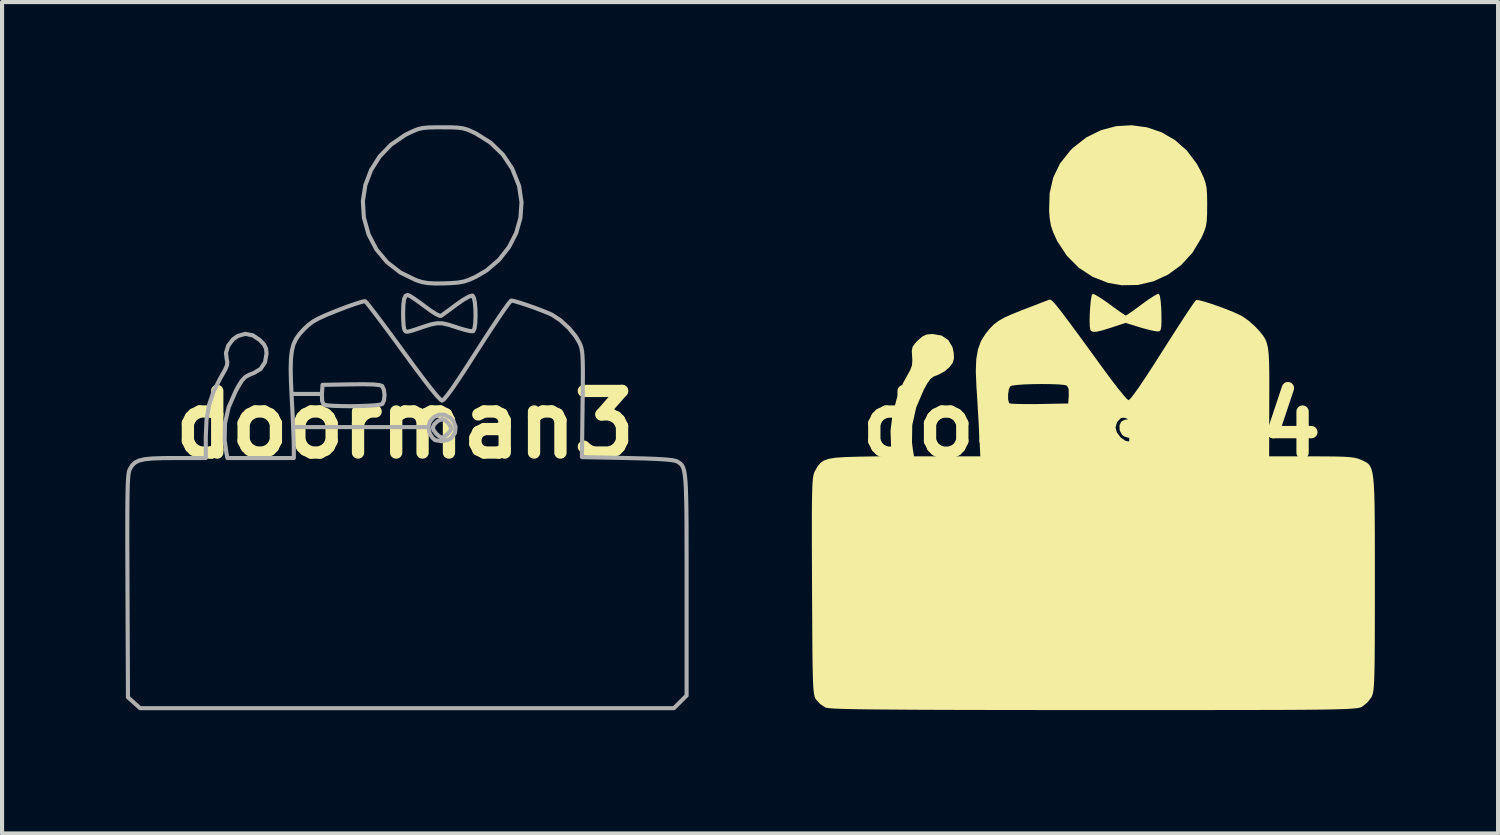
<source format=kicad_pcb>
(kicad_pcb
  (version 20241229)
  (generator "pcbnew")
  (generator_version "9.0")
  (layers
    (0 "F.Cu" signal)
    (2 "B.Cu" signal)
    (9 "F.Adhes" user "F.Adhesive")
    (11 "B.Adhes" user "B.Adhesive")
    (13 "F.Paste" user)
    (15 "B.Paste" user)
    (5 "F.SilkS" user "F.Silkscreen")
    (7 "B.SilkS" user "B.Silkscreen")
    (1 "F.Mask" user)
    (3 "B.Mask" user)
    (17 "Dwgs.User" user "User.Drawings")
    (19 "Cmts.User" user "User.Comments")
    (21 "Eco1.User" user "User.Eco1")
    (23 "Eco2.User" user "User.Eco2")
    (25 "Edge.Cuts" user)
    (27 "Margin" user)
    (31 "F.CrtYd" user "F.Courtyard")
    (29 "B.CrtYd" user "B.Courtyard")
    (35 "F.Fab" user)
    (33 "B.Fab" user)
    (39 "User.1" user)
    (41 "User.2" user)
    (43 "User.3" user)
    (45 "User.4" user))
  (footprint "doorman3"
    (layer "F.Cu")
    (at 6.811 7.291)
    (property "Reference" "doorman3" (at 0 0 0) (layer "F.SilkS") (effects (font (size 1.5 1.5) (thickness 0.3))))
    (attr board_only exclude_from_pos_files exclude_from_bom)
    (fp_poly (pts (xy 0.989 -0.101) (xy 1.069 -0.021) (xy 1.122 0.068) (xy 1.128 0.1) (xy 1.096 0.161) (xy 1.023 0.238) (xy 0.944 0.3) (xy 0.902 0.316) (xy 0.84 0.287) (xy 0.767 0.226) (xy 0.7 0.139) (xy 0.677 0.075) (xy 0.713 -0.01) (xy 0.799 -0.09) (xy 0.897 -0.134) (xy 0.915 -0.135)) (stroke (width 0.1) (type solid)) (fill no) (layer "F.Fab"))
    (fp_poly (pts (xy 1.131 -7.24) (xy 1.294 -7.232) (xy 1.418 -7.215) (xy 1.527 -7.182) (xy 1.647 -7.13) (xy 1.726 -7.092) (xy 2.086 -6.866) (xy 2.384 -6.577) (xy 2.613 -6.231) (xy 2.771 -5.832) (xy 2.781 -5.797) (xy 2.838 -5.416) (xy 2.812 -5.035) (xy 2.708 -4.667) (xy 2.532 -4.323) (xy 2.291 -4.016) (xy 1.991 -3.758) (xy 1.721 -3.6) (xy 1.567 -3.53) (xy 1.434 -3.486) (xy 1.29 -3.46) (xy 1.104 -3.446) (xy 0.97 -3.441) (xy 0.733 -3.438) (xy 0.556 -3.448) (xy 0.41 -3.474) (xy 0.271 -3.519) (xy -0.112 -3.705) (xy -0.437 -3.958) (xy -0.697 -4.27) (xy -0.887 -4.635) (xy -1.001 -5.045) (xy -1.001 -5.047) (xy -1.025 -5.445) (xy -0.965 -5.833) (xy -0.827 -6.198) (xy -0.617 -6.531) (xy -0.34 -6.818) (xy -0.003 -7.05) (xy 0.074 -7.09) (xy 0.212 -7.155) (xy 0.325 -7.199) (xy 0.437 -7.224) (xy 0.575 -7.237) (xy 0.763 -7.241) (xy 0.902 -7.241)) (stroke (width 0.1) (type solid)) (fill no) (layer "F.Fab"))
    (fp_poly (pts (xy 0.125 -3.132) (xy 0.235 -3.061) (xy 0.379 -2.959) (xy 0.473 -2.888) (xy 0.627 -2.776) (xy 0.757 -2.693) (xy 0.847 -2.65) (xy 0.874 -2.648) (xy 0.931 -2.688) (xy 1.041 -2.767) (xy 1.184 -2.873) (xy 1.251 -2.924) (xy 1.422 -3.043) (xy 1.555 -3.118) (xy 1.637 -3.144) (xy 1.646 -3.142) (xy 1.679 -3.087) (xy 1.703 -2.967) (xy 1.716 -2.808) (xy 1.719 -2.635) (xy 1.712 -2.472) (xy 1.693 -2.345) (xy 1.663 -2.279) (xy 1.657 -2.276) (xy 1.589 -2.279) (xy 1.462 -2.308) (xy 1.3 -2.356) (xy 1.266 -2.368) (xy 1.063 -2.433) (xy 0.912 -2.468) (xy 0.78 -2.47) (xy 0.635 -2.442) (xy 0.444 -2.382) (xy 0.406 -2.369) (xy 0.223 -2.307) (xy 0.107 -2.272) (xy 0.041 -2.263) (xy 0.007 -2.278) (xy -0.013 -2.314) (xy -0.018 -2.327) (xy -0.032 -2.407) (xy -0.042 -2.546) (xy -0.045 -2.707) (xy -0.039 -2.924) (xy -0.02 -3.063) (xy 0.015 -3.137) (xy 0.067 -3.158)) (stroke (width 0.1) (type solid)) (fill no) (layer "F.Fab"))
    (fp_poly (pts (xy 2.668 -3.007) (xy 2.807 -2.966) (xy 2.984 -2.908) (xy 3.176 -2.84) (xy 3.36 -2.77) (xy 3.513 -2.708) (xy 3.587 -2.673) (xy 3.79 -2.538) (xy 3.991 -2.353) (xy 4.159 -2.148) (xy 4.251 -1.99) (xy 4.278 -1.927) (xy 4.298 -1.861) (xy 4.313 -1.779) (xy 4.323 -1.671) (xy 4.329 -1.525) (xy 4.332 -1.33) (xy 4.331 -1.074) (xy 4.328 -0.747) (xy 4.325 -0.501) (xy 4.309 0.79) (xy 5.414 0.812) (xy 5.811 0.822) (xy 6.123 0.834) (xy 6.355 0.848) (xy 6.515 0.865) (xy 6.605 0.886) (xy 6.62 0.892) (xy 6.668 0.92) (xy 6.709 0.95) (xy 6.744 0.988) (xy 6.772 1.042) (xy 6.796 1.118) (xy 6.814 1.222) (xy 6.829 1.363) (xy 6.84 1.546) (xy 6.847 1.779) (xy 6.853 2.068) (xy 6.856 2.42) (xy 6.857 2.842) (xy 6.858 3.341) (xy 6.858 3.905) (xy 6.858 6.596) (xy 6.704 6.749) (xy 6.551 6.903) (xy 0.05 6.903) (xy -6.45 6.903) (xy -6.597 6.771) (xy -6.745 6.639) (xy -6.757 3.929) (xy -6.759 3.358) (xy -6.761 2.87) (xy -6.761 2.46) (xy -6.76 2.118) (xy -6.758 1.84) (xy -6.754 1.617) (xy -6.749 1.444) (xy -6.742 1.312) (xy -6.733 1.216) (xy -6.722 1.148) (xy -6.708 1.102) (xy -6.7 1.083) (xy -6.644 0.992) (xy -6.574 0.923) (xy -6.477 0.874) (xy -6.341 0.842) (xy -6.152 0.823) (xy -5.898 0.814) (xy -5.608 0.812) (xy -4.85 0.812) (xy -4.85 0.282) (xy -4.831 -0.13) (xy -4.769 -0.487) (xy -4.657 -0.817) (xy -4.488 -1.148) (xy -4.465 -1.186) (xy -4.376 -1.344) (xy -4.332 -1.451) (xy -4.326 -1.531) (xy -4.338 -1.575) (xy -4.359 -1.748) (xy -4.305 -1.923) (xy -4.188 -2.077) (xy -4.073 -2.159) (xy -3.889 -2.212) (xy -3.704 -2.175) (xy -3.535 -2.061) (xy -3.43 -1.951) (xy -3.382 -1.849) (xy -3.371 -1.73) (xy -3.408 -1.52) (xy -3.514 -1.359) (xy -3.668 -1.264) (xy -3.8 -1.211) (xy -3.893 -1.156) (xy -3.968 -1.077) (xy -4.046 -0.954) (xy -4.118 -0.823) (xy -4.293 -0.425) (xy -4.383 -0.03) (xy -4.391 0.377) (xy -4.348 0.688) (xy -4.324 0.812) (xy -3.515 0.812) (xy -2.707 0.812) (xy -2.707 0.553) (xy -2.709 0.428) (xy -2.716 0.232) (xy -2.723 0.059) (xy 0.57 0.059) (xy 0.602 0.212) (xy 0.608 0.224) (xy 0.672 0.321) (xy 0.732 0.376) (xy 0.732 0.376) (xy 0.895 0.402) (xy 1.059 0.365) (xy 1.13 0.323) (xy 1.219 0.2) (xy 1.233 0.053) (xy 1.175 -0.093) (xy 1.106 -0.168) (xy 0.966 -0.242) (xy 0.824 -0.242) (xy 0.699 -0.182) (xy 0.608 -0.077) (xy 0.57 0.059) (xy -2.723 0.059) (xy -2.726 -0.018) (xy -2.739 -0.303) (xy -2.755 -0.605) (xy -2.757 -0.658) (xy -2.762 -0.749) (xy -2.022 -0.749) (xy -2.018 -0.581) (xy -1.983 -0.495) (xy -1.977 -0.49) (xy -1.904 -0.472) (xy -1.763 -0.46) (xy -1.574 -0.453) (xy -1.358 -0.45) (xy -1.133 -0.453) (xy -0.92 -0.46) (xy -0.738 -0.471) (xy -0.608 -0.487) (xy -0.55 -0.505) (xy -0.51 -0.595) (xy -0.498 -0.725) (xy -0.514 -0.854) (xy -0.556 -0.941) (xy -0.559 -0.943) (xy -0.63 -0.966) (xy -0.781 -0.98) (xy -1.015 -0.985) (xy -1.314 -0.982) (xy -2.008 -0.97) (xy -2.022 -0.749) (xy -2.762 -0.749) (xy -2.776 -1.046) (xy -2.783 -1.356) (xy -2.776 -1.603) (xy -2.754 -1.799) (xy -2.714 -1.956) (xy -2.652 -2.088) (xy -2.568 -2.207) (xy -2.459 -2.327) (xy -2.445 -2.341) (xy -2.344 -2.434) (xy -2.237 -2.513) (xy -2.103 -2.587) (xy -1.925 -2.669) (xy -1.684 -2.767) (xy -1.627 -2.789) (xy -1.408 -2.873) (xy -1.216 -2.94) (xy -1.069 -2.987) (xy -0.983 -3.007) (xy -0.969 -3.006) (xy -0.931 -2.966) (xy -0.847 -2.861) (xy -0.723 -2.701) (xy -0.567 -2.493) (xy -0.384 -2.248) (xy -0.182 -1.973) (xy -0.046 -1.786) (xy 0.232 -1.406) (xy 0.463 -1.098) (xy 0.647 -0.861) (xy 0.784 -0.696) (xy 0.871 -0.606) (xy 0.904 -0.587) (xy 0.949 -0.618) (xy 1.03 -0.714) (xy 1.15 -0.877) (xy 1.309 -1.111) (xy 1.51 -1.417) (xy 1.754 -1.798) (xy 1.759 -1.805) (xy 1.949 -2.101) (xy 2.126 -2.372) (xy 2.283 -2.607) (xy 2.414 -2.798) (xy 2.513 -2.936) (xy 2.574 -3.011) (xy 2.589 -3.023)) (stroke (width 0.1) (type solid)) (fill no) (layer "F.Fab")))
  (footprint "doorman4"
    (layer "F.Cu")
    (at 23.525 7.294)
    (property "Reference" "doorman4" (at 0 0 0) (layer "F.SilkS") (effects (font (size 1.5 1.5) (thickness 0.3))))
    (attr board_only exclude_from_pos_files exclude_from_bom)
    (fp_poly (pts (xy 1.012 -0.116) (xy 1.074 -0.081) (xy 1.125 0.025) (xy 1.112 0.146) (xy 1.047 0.251) (xy 0.943 0.311) (xy 0.902 0.316) (xy 0.803 0.285) (xy 0.748 0.245) (xy 0.688 0.134) (xy 0.685 0.008) (xy 0.731 -0.081) (xy 0.815 -0.123) (xy 0.902 -0.135)) (stroke (width 0) (type solid)) (fill yes) (layer "F.SilkS"))
    (fp_poly (pts (xy 1.352 -7.244) (xy 1.708 -7.123) (xy 2.036 -6.933) (xy 2.326 -6.677) (xy 2.567 -6.356) (xy 2.667 -6.169) (xy 2.735 -6.018) (xy 2.779 -5.896) (xy 2.804 -5.775) (xy 2.816 -5.628) (xy 2.82 -5.427) (xy 2.82 -5.346) (xy 2.818 -5.121) (xy 2.809 -4.959) (xy 2.789 -4.834) (xy 2.752 -4.718) (xy 2.694 -4.584) (xy 2.675 -4.545) (xy 2.46 -4.188) (xy 2.187 -3.89) (xy 1.867 -3.657) (xy 1.511 -3.493) (xy 1.13 -3.405) (xy 0.735 -3.398) (xy 0.407 -3.456) (xy 0.03 -3.603) (xy -0.309 -3.826) (xy -0.598 -4.117) (xy -0.826 -4.464) (xy -0.844 -4.499) (xy -0.933 -4.694) (xy -0.987 -4.858) (xy -1.016 -5.034) (xy -1.029 -5.213) (xy -1.016 -5.641) (xy -0.928 -6.023) (xy -0.762 -6.366) (xy -0.514 -6.678) (xy -0.445 -6.747) (xy -0.12 -7) (xy 0.234 -7.174) (xy 0.604 -7.272) (xy 0.981 -7.294)) (stroke (width 0) (type solid)) (fill yes) (layer "F.SilkS"))
    (fp_poly (pts (xy 1.668 -3.137) (xy 1.689 -3.003) (xy 1.703 -2.797) (xy 1.705 -2.736) (xy 1.708 -2.524) (xy 1.702 -2.387) (xy 1.686 -2.309) (xy 1.656 -2.276) (xy 1.653 -2.275) (xy 1.583 -2.276) (xy 1.451 -2.301) (xy 1.281 -2.344) (xy 1.21 -2.365) (xy 0.831 -2.481) (xy 0.494 -2.37) (xy 0.277 -2.302) (xy 0.13 -2.267) (xy 0.038 -2.264) (xy -0.012 -2.291) (xy -0.026 -2.316) (xy -0.039 -2.4) (xy -0.043 -2.538) (xy -0.039 -2.706) (xy -0.028 -2.879) (xy -0.013 -3.034) (xy 0.007 -3.146) (xy 0.028 -3.19) (xy 0.083 -3.172) (xy 0.192 -3.109) (xy 0.337 -3.012) (xy 0.445 -2.934) (xy 0.602 -2.82) (xy 0.731 -2.729) (xy 0.815 -2.674) (xy 0.839 -2.662) (xy 0.884 -2.687) (xy 0.985 -2.756) (xy 1.123 -2.856) (xy 1.228 -2.934) (xy 1.385 -3.048) (xy 1.519 -3.135) (xy 1.611 -3.184) (xy 1.641 -3.19)) (stroke (width 0) (type solid)) (fill yes) (layer "F.SilkS"))
    (fp_poly (pts (xy -0.988 -3.042) (xy -0.956 -3.019) (xy -0.91 -2.973) (xy -0.846 -2.898) (xy -0.759 -2.789) (xy -0.645 -2.64) (xy -0.499 -2.444) (xy -0.316 -2.196) (xy -0.092 -1.889) (xy 0.178 -1.518) (xy 0.33 -1.309) (xy 0.492 -1.09) (xy 0.64 -0.898) (xy 0.764 -0.745) (xy 0.854 -0.641) (xy 0.903 -0.599) (xy 0.904 -0.599) (xy 0.948 -0.634) (xy 1.035 -0.743) (xy 1.164 -0.924) (xy 1.331 -1.173) (xy 1.535 -1.487) (xy 1.737 -1.805) (xy 1.926 -2.102) (xy 2.101 -2.374) (xy 2.255 -2.612) (xy 2.384 -2.806) (xy 2.481 -2.948) (xy 2.539 -3.026) (xy 2.553 -3.04) (xy 2.618 -3.034) (xy 2.747 -3.001) (xy 2.919 -2.947) (xy 3.113 -2.879) (xy 3.311 -2.805) (xy 3.491 -2.731) (xy 3.634 -2.665) (xy 3.681 -2.639) (xy 3.825 -2.538) (xy 3.974 -2.407) (xy 4.028 -2.351) (xy 4.113 -2.257) (xy 4.18 -2.173) (xy 4.233 -2.09) (xy 4.271 -1.995) (xy 4.299 -1.878) (xy 4.317 -1.727) (xy 4.327 -1.531) (xy 4.332 -1.279) (xy 4.333 -0.959) (xy 4.332 -0.562) (xy 4.329 0.767) (xy 5.357 0.768) (xy 5.696 0.769) (xy 5.957 0.772) (xy 6.155 0.778) (xy 6.301 0.788) (xy 6.409 0.803) (xy 6.492 0.823) (xy 6.562 0.85) (xy 6.568 0.852) (xy 6.635 0.883) (xy 6.693 0.913) (xy 6.742 0.949) (xy 6.783 0.998) (xy 6.816 1.067) (xy 6.842 1.162) (xy 6.863 1.292) (xy 6.878 1.462) (xy 6.889 1.679) (xy 6.896 1.95) (xy 6.9 2.283) (xy 6.902 2.684) (xy 6.903 3.159) (xy 6.903 3.716) (xy 6.903 3.865) (xy 6.903 4.418) (xy 6.902 4.888) (xy 6.901 5.283) (xy 6.899 5.609) (xy 6.896 5.874) (xy 6.891 6.084) (xy 6.885 6.249) (xy 6.877 6.373) (xy 6.868 6.466) (xy 6.856 6.533) (xy 6.842 6.583) (xy 6.825 6.622) (xy 6.82 6.633) (xy 6.722 6.761) (xy 6.596 6.862) (xy 6.583 6.869) (xy 6.558 6.88) (xy 6.524 6.89) (xy 6.477 6.899) (xy 6.412 6.906) (xy 6.325 6.913) (xy 6.212 6.92) (xy 6.068 6.925) (xy 5.889 6.93) (xy 5.669 6.934) (xy 5.406 6.937) (xy 5.093 6.94) (xy 4.727 6.942) (xy 4.304 6.943) (xy 3.818 6.945) (xy 3.266 6.945) (xy 2.642 6.946) (xy 1.943 6.946) (xy 1.164 6.946) (xy 0.3 6.946) (xy 0.045 6.946) (xy -0.868 6.946) (xy -1.695 6.945) (xy -2.439 6.944) (xy -3.106 6.943) (xy -3.698 6.941) (xy -4.22 6.939) (xy -4.676 6.936) (xy -5.07 6.933) (xy -5.406 6.93) (xy -5.688 6.926) (xy -5.919 6.921) (xy -6.105 6.916) (xy -6.249 6.91) (xy -6.355 6.903) (xy -6.427 6.895) (xy -6.469 6.887) (xy -6.476 6.884) (xy -6.601 6.802) (xy -6.702 6.694) (xy -6.72 6.664) (xy -6.736 6.627) (xy -6.749 6.576) (xy -6.76 6.504) (xy -6.77 6.404) (xy -6.777 6.269) (xy -6.783 6.091) (xy -6.788 5.864) (xy -6.792 5.58) (xy -6.795 5.232) (xy -6.797 4.813) (xy -6.8 4.316) (xy -6.802 3.925) (xy -6.804 3.368) (xy -6.806 2.894) (xy -6.806 2.496) (xy -6.806 2.166) (xy -6.804 1.898) (xy -6.8 1.684) (xy -6.795 1.518) (xy -6.788 1.391) (xy -6.779 1.297) (xy -6.768 1.228) (xy -6.754 1.178) (xy -6.738 1.139) (xy -6.734 1.131) (xy -6.67 1.017) (xy -6.6 0.931) (xy -6.513 0.869) (xy -6.393 0.828) (xy -6.228 0.801) (xy -6.004 0.786) (xy -5.706 0.777) (xy -5.622 0.775) (xy -4.843 0.761) (xy -4.878 0.506) (xy -4.891 0.146) (xy -4.842 -0.246) (xy -4.738 -0.643) (xy -4.586 -1.016) (xy -4.493 -1.185) (xy -4.409 -1.336) (xy -4.368 -1.452) (xy -4.359 -1.572) (xy -4.365 -1.663) (xy -4.373 -1.806) (xy -4.353 -1.9) (xy -4.291 -1.987) (xy -4.228 -2.052) (xy -4.114 -2.152) (xy -4.009 -2.199) (xy -3.87 -2.211) (xy -3.863 -2.211) (xy -3.647 -2.173) (xy -3.484 -2.064) (xy -3.381 -1.89) (xy -3.352 -1.756) (xy -3.346 -1.613) (xy -3.377 -1.509) (xy -3.45 -1.409) (xy -3.575 -1.3) (xy -3.724 -1.22) (xy -3.746 -1.212) (xy -3.843 -1.174) (xy -3.919 -1.115) (xy -3.993 -1.013) (xy -4.079 -0.858) (xy -4.265 -0.424) (xy -4.361 0.004) (xy -4.368 0.43) (xy -4.347 0.598) (xy -4.319 0.767) (xy -3.512 0.767) (xy -2.704 0.767) (xy -2.731 0.214) (xy -2.739 0.07) (xy 0.587 0.07) (xy 0.623 0.19) (xy 0.712 0.306) (xy 0.825 0.387) (xy 0.902 0.406) (xy 0.998 0.375) (xy 1.102 0.301) (xy 1.107 0.295) (xy 1.198 0.154) (xy 1.208 0.006) (xy 1.135 -0.129) (xy 1.128 -0.135) (xy 1 -0.211) (xy 0.856 -0.218) (xy 0.723 -0.168) (xy 0.625 -0.068) (xy 0.587 0.07) (xy -2.739 0.07) (xy -2.746 -0.066) (xy -2.765 -0.39) (xy -2.784 -0.714) (xy -2.786 -0.74) (xy -2.028 -0.74) (xy -2.027 -0.617) (xy -2.005 -0.533) (xy -1.999 -0.525) (xy -1.945 -0.515) (xy -1.818 -0.508) (xy -1.632 -0.505) (xy -1.405 -0.505) (xy -1.266 -0.506) (xy -0.564 -0.519) (xy -0.55 -0.717) (xy -0.554 -0.871) (xy -0.592 -0.952) (xy -0.595 -0.954) (xy -0.668 -0.972) (xy -0.809 -0.984) (xy -0.997 -0.991) (xy -1.211 -0.993) (xy -1.433 -0.99) (xy -1.64 -0.983) (xy -1.814 -0.97) (xy -1.933 -0.954) (xy -1.976 -0.938) (xy -2.01 -0.861) (xy -2.028 -0.74) (xy -2.786 -0.74) (xy -2.799 -0.932) (xy -2.814 -1.301) (xy -2.803 -1.598) (xy -2.761 -1.838) (xy -2.688 -2.038) (xy -2.582 -2.209) (xy -2.479 -2.338) (xy -2.379 -2.44) (xy -2.265 -2.527) (xy -2.122 -2.609) (xy -1.931 -2.695) (xy -1.677 -2.797) (xy -1.575 -2.836) (xy -1.378 -2.911) (xy -1.208 -2.977) (xy -1.084 -3.024) (xy -1.033 -3.044) (xy -1.013 -3.048)) (stroke (width 0) (type solid)) (fill yes) (layer "F.SilkS")))
  (gr_rect
    (start -3 -3)
    (end 33.428 17.244)
    (stroke (width 0.1) (type default))
    (fill no)
    (layer "Edge.Cuts")))
</source>
